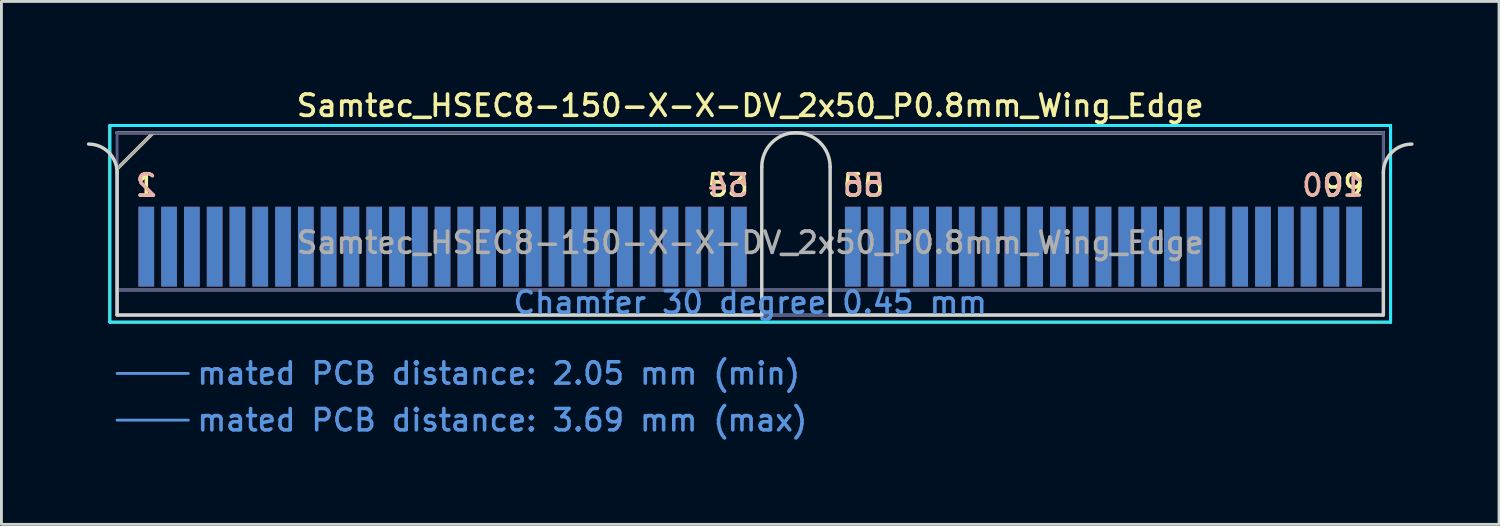
<source format=kicad_pcb>
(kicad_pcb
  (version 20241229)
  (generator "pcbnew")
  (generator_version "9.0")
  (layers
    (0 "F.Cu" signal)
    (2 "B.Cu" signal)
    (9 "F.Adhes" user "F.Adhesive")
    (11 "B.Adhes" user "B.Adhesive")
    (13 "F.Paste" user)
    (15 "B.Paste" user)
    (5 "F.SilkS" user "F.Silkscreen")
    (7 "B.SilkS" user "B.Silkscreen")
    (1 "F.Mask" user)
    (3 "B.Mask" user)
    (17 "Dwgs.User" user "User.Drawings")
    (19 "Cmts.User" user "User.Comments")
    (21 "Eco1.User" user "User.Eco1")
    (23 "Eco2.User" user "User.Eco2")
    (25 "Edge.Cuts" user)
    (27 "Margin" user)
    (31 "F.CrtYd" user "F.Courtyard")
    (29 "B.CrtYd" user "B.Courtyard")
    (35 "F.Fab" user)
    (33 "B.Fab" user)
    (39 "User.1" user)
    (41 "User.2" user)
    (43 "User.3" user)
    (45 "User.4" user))
  (footprint "Samtec_HSEC8-150-X-X-DV_2x50_P0.8mm_Wing_Edge"
    (layer "F.Cu")
    (at 23.285 8.008)
    (property "Reference" "Samtec_HSEC8-150-X-X-DV_2x50_P0.8mm_Wing_Edge" (at 0 -7.35 0) (layer "F.SilkS") (effects (font (size 0.75 0.75) (thickness 0.125))))
    (attr exclude_from_pos_files exclude_from_bom)
    (fp_line (start -22.48 -6.65) (end -22.48 0.25) (stroke (width 0.1) (type solid)) (layer "F.SilkS"))
    (fp_line (start -22.48 0.25) (end 22.48 0.25) (stroke (width 0.1) (type solid)) (layer "F.SilkS"))
    (fp_line (start -22.225 -5.13) (end -20.955 -6.4) (stroke (width 0.12) (type solid)) (layer "F.SilkS"))
    (fp_line (start -20.955 -6.4) (end 22.225 -6.4) (stroke (width 0.12) (type solid)) (layer "F.SilkS"))
    (fp_line (start 22.48 -6.65) (end -22.48 -6.65) (stroke (width 0.1) (type solid)) (layer "F.SilkS"))
    (fp_line (start 22.48 0.25) (end 22.48 -6.65) (stroke (width 0.1) (type solid)) (layer "F.SilkS"))
    (fp_line (start -22.225 -6.4) (end -22.225 -6.4) (stroke (width 0.12) (type solid)) (layer "B.SilkS"))
    (fp_line (start -22.225 -6.4) (end 22.225 -6.4) (stroke (width 0.12) (type solid)) (layer "B.SilkS"))
    (fp_line (start -22.225 2.05) (end -19.725 2.05) (stroke (width 0.1) (type solid)) (layer "Cmts.User"))
    (fp_line (start -22.225 3.69) (end -19.725 3.69) (stroke (width 0.1) (type solid)) (layer "Cmts.User"))
    (fp_line (start -22.225 -5) (end -22.225 0) (stroke (width 0.12) (type solid)) (layer "Edge.Cuts"))
    (fp_line (start -22.225 0) (end 0.405 0) (stroke (width 0.12) (type solid)) (layer "Edge.Cuts"))
    (fp_line (start 0.405 0) (end 0.405 -5.2) (stroke (width 0.12) (type solid)) (layer "Edge.Cuts"))
    (fp_line (start 2.805 -5.2) (end 2.805 0) (stroke (width 0.12) (type solid)) (layer "Edge.Cuts"))
    (fp_line (start 2.805 0) (end 22.225 0) (stroke (width 0.12) (type solid)) (layer "Edge.Cuts"))
    (fp_line (start 22.225 0) (end 22.225 -5) (stroke (width 0.12) (type solid)) (layer "Edge.Cuts"))
    (fp_arc (start -23.225 -6) (mid -22.517893 -5.707107) (end -22.225 -5) (stroke (width 0.12) (type solid)) (layer "Edge.Cuts"))
    (fp_arc (start 0.405 -5.2) (mid 1.605 -6.4) (end 2.805 -5.2) (stroke (width 0.12) (type solid)) (layer "Edge.Cuts"))
    (fp_arc (start 22.225 -5) (mid 22.517893 -5.707107) (end 23.225 -6) (stroke (width 0.12) (type solid)) (layer "Edge.Cuts"))
    (fp_line (start -22.48 -6.65) (end -22.48 0.25) (stroke (width 0.1) (type solid)) (layer "B.CrtYd"))
    (fp_line (start -22.48 0.25) (end 22.48 0.25) (stroke (width 0.1) (type solid)) (layer "B.CrtYd"))
    (fp_line (start 22.48 -6.65) (end -22.48 -6.65) (stroke (width 0.1) (type solid)) (layer "B.CrtYd"))
    (fp_line (start 22.48 0.25) (end 22.48 -6.65) (stroke (width 0.1) (type solid)) (layer "B.CrtYd"))
    (fp_line (start -22.225 -6.4) (end -22.225 -6.4) (stroke (width 0.1) (type solid)) (layer "B.Fab"))
    (fp_line (start -22.225 -6.4) (end -22.225 0) (stroke (width 0.1) (type solid)) (layer "B.Fab"))
    (fp_line (start -22.225 -6.4) (end 22.225 -6.4) (stroke (width 0.1) (type solid)) (layer "B.Fab"))
    (fp_line (start -22.225 -0.88) (end 22.225 -0.88) (stroke (width 0.1) (type solid)) (layer "B.Fab"))
    (fp_line (start -22.225 0) (end 22.225 0) (stroke (width 0.1) (type solid)) (layer "B.Fab"))
    (fp_line (start 22.225 -6.4) (end 22.225 0) (stroke (width 0.1) (type solid)) (layer "B.Fab"))
    (fp_line (start -22.225 -5.13) (end -22.225 0) (stroke (width 0.1) (type solid)) (layer "F.Fab"))
    (fp_line (start -22.225 -5.13) (end -20.955 -6.4) (stroke (width 0.1) (type solid)) (layer "F.Fab"))
    (fp_line (start -22.225 -0.88) (end 22.225 -0.88) (stroke (width 0.1) (type solid)) (layer "F.Fab"))
    (fp_line (start -22.225 0) (end 22.225 0) (stroke (width 0.1) (type solid)) (layer "F.Fab"))
    (fp_line (start -20.955 -6.4) (end 22.225 -6.4) (stroke (width 0.1) (type solid)) (layer "F.Fab"))
    (fp_line (start 22.225 -6.4) (end 22.225 0) (stroke (width 0.1) (type solid)) (layer "F.Fab"))
    (fp_text user "99" (at 20.825 -4.55 0) (layer "F.SilkS") (effects (font (size 0.75 0.75) (thickness 0.125))))
    (fp_text user "53" (at -0.775 -4.55 0) (layer "F.SilkS") (effects (font (size 0.75 0.75) (thickness 0.125))))
    (fp_text user "55" (at 3.975 -4.55 0) (layer "F.SilkS") (effects (font (size 0.75 0.75) (thickness 0.125))))
    (fp_text user "1" (at -21.2 -4.55 0) (layer "F.SilkS") (effects (font (size 0.75 0.75) (thickness 0.125))))
    (fp_text user "100" (at 20.45 -4.55 0) (layer "B.SilkS") (effects (font (size 0.75 0.75) (thickness 0.125)) (justify mirror)))
    (fp_text user "2" (at -21.2 -4.55 0) (layer "B.SilkS") (effects (font (size 0.75 0.75) (thickness 0.125)) (justify mirror)))
    (fp_text user "56" (at 3.975 -4.55 0) (layer "B.SilkS") (effects (font (size 0.75 0.75) (thickness 0.125)) (justify mirror)))
    (fp_text user "54" (at -0.775 -4.55 0) (layer "B.SilkS") (effects (font (size 0.75 0.75) (thickness 0.125)) (justify mirror)))
    (fp_text user "Chamfer 30 degree 0.45 mm" (at 0 -0.44 0) (layer "Cmts.User") (effects (font (size 0.75 0.75) (thickness 0.125))))
    (fp_text user "mated PCB distance: 2.05 mm (min)" (at -19.48 2.05 0) (layer "Cmts.User") (effects (font (size 0.75 0.75) (thickness 0.125)) (justify left)))
    (fp_text user "mated PCB distance: 3.69 mm (max)" (at -19.48 3.69 0) (layer "Cmts.User") (effects (font (size 0.75 0.75) (thickness 0.125)) (justify left)))
    (fp_text user "${REFERENCE}" (at 0 -2.54 0) (layer "F.Fab") (effects (font (size 0.75 0.75) (thickness 0.125))))
    (pad "1" connect rect (at -21.2 -2.4) (size 0.55 2.8) (layers "F.Cu" "F.Mask"))
    (pad "2" connect rect (at -21.2 -2.4) (size 0.55 2.8) (layers "B.Cu" "B.Mask"))
    (pad "3" connect rect (at -20.4 -2.4) (size 0.55 2.8) (layers "F.Cu" "F.Mask"))
    (pad "4" connect rect (at -20.4 -2.4) (size 0.55 2.8) (layers "B.Cu" "B.Mask"))
    (pad "5" connect rect (at -19.6 -2.4) (size 0.55 2.8) (layers "F.Cu" "F.Mask"))
    (pad "6" connect rect (at -19.6 -2.4) (size 0.55 2.8) (layers "B.Cu" "B.Mask"))
    (pad "7" connect rect (at -18.8 -2.4) (size 0.55 2.8) (layers "F.Cu" "F.Mask"))
    (pad "8" connect rect (at -18.8 -2.4) (size 0.55 2.8) (layers "B.Cu" "B.Mask"))
    (pad "9" connect rect (at -18 -2.4) (size 0.55 2.8) (layers "F.Cu" "F.Mask"))
    (pad "10" connect rect (at -18 -2.4) (size 0.55 2.8) (layers "B.Cu" "B.Mask"))
    (pad "11" connect rect (at -17.2 -2.4) (size 0.55 2.8) (layers "F.Cu" "F.Mask"))
    (pad "12" connect rect (at -17.2 -2.4) (size 0.55 2.8) (layers "B.Cu" "B.Mask"))
    (pad "13" connect rect (at -16.4 -2.4) (size 0.55 2.8) (layers "F.Cu" "F.Mask"))
    (pad "14" connect rect (at -16.4 -2.4) (size 0.55 2.8) (layers "B.Cu" "B.Mask"))
    (pad "15" connect rect (at -15.6 -2.4) (size 0.55 2.8) (layers "F.Cu" "F.Mask"))
    (pad "16" connect rect (at -15.6 -2.4) (size 0.55 2.8) (layers "B.Cu" "B.Mask"))
    (pad "17" connect rect (at -14.8 -2.4) (size 0.55 2.8) (layers "F.Cu" "F.Mask"))
    (pad "18" connect rect (at -14.8 -2.4) (size 0.55 2.8) (layers "B.Cu" "B.Mask"))
    (pad "19" connect rect (at -14 -2.4) (size 0.55 2.8) (layers "F.Cu" "F.Mask"))
    (pad "20" connect rect (at -14 -2.4) (size 0.55 2.8) (layers "B.Cu" "B.Mask"))
    (pad "21" connect rect (at -13.2 -2.4) (size 0.55 2.8) (layers "F.Cu" "F.Mask"))
    (pad "22" connect rect (at -13.2 -2.4) (size 0.55 2.8) (layers "B.Cu" "B.Mask"))
    (pad "23" connect rect (at -12.4 -2.4) (size 0.55 2.8) (layers "F.Cu" "F.Mask"))
    (pad "24" connect rect (at -12.4 -2.4) (size 0.55 2.8) (layers "B.Cu" "B.Mask"))
    (pad "25" connect rect (at -11.6 -2.4) (size 0.55 2.8) (layers "F.Cu" "F.Mask"))
    (pad "26" connect rect (at -11.6 -2.4) (size 0.55 2.8) (layers "B.Cu" "B.Mask"))
    (pad "27" connect rect (at -10.8 -2.4) (size 0.55 2.8) (layers "F.Cu" "F.Mask"))
    (pad "28" connect rect (at -10.8 -2.4) (size 0.55 2.8) (layers "B.Cu" "B.Mask"))
    (pad "29" connect rect (at -10 -2.4) (size 0.55 2.8) (layers "F.Cu" "F.Mask"))
    (pad "30" connect rect (at -10 -2.4) (size 0.55 2.8) (layers "B.Cu" "B.Mask"))
    (pad "31" connect rect (at -9.2 -2.4) (size 0.55 2.8) (layers "F.Cu" "F.Mask"))
    (pad "32" connect rect (at -9.2 -2.4) (size 0.55 2.8) (layers "B.Cu" "B.Mask"))
    (pad "33" connect rect (at -8.4 -2.4) (size 0.55 2.8) (layers "F.Cu" "F.Mask"))
    (pad "34" connect rect (at -8.4 -2.4) (size 0.55 2.8) (layers "B.Cu" "B.Mask"))
    (pad "35" connect rect (at -7.6 -2.4) (size 0.55 2.8) (layers "F.Cu" "F.Mask"))
    (pad "36" connect rect (at -7.6 -2.4) (size 0.55 2.8) (layers "B.Cu" "B.Mask"))
    (pad "37" connect rect (at -6.8 -2.4) (size 0.55 2.8) (layers "F.Cu" "F.Mask"))
    (pad "38" connect rect (at -6.8 -2.4) (size 0.55 2.8) (layers "B.Cu" "B.Mask"))
    (pad "39" connect rect (at -6 -2.4) (size 0.55 2.8) (layers "F.Cu" "F.Mask"))
    (pad "40" connect rect (at -6 -2.4) (size 0.55 2.8) (layers "B.Cu" "B.Mask"))
    (pad "41" connect rect (at -5.2 -2.4) (size 0.55 2.8) (layers "F.Cu" "F.Mask"))
    (pad "42" connect rect (at -5.2 -2.4) (size 0.55 2.8) (layers "B.Cu" "B.Mask"))
    (pad "43" connect rect (at -4.4 -2.4) (size 0.55 2.8) (layers "F.Cu" "F.Mask"))
    (pad "44" connect rect (at -4.4 -2.4) (size 0.55 2.8) (layers "B.Cu" "B.Mask"))
    (pad "45" connect rect (at -3.6 -2.4) (size 0.55 2.8) (layers "F.Cu" "F.Mask"))
    (pad "46" connect rect (at -3.6 -2.4) (size 0.55 2.8) (layers "B.Cu" "B.Mask"))
    (pad "47" connect rect (at -2.8 -2.4) (size 0.55 2.8) (layers "F.Cu" "F.Mask"))
    (pad "48" connect rect (at -2.8 -2.4) (size 0.55 2.8) (layers "B.Cu" "B.Mask"))
    (pad "49" connect rect (at -2 -2.4) (size 0.55 2.8) (layers "F.Cu" "F.Mask"))
    (pad "50" connect rect (at -2 -2.4) (size 0.55 2.8) (layers "B.Cu" "B.Mask"))
    (pad "51" connect rect (at -1.2 -2.4) (size 0.55 2.8) (layers "F.Cu" "F.Mask"))
    (pad "52" connect rect (at -1.2 -2.4) (size 0.55 2.8) (layers "B.Cu" "B.Mask"))
    (pad "53" connect rect (at -0.4 -2.4) (size 0.55 2.8) (layers "F.Cu" "F.Mask"))
    (pad "54" connect rect (at -0.4 -2.4) (size 0.55 2.8) (layers "B.Cu" "B.Mask"))
    (pad "55" connect rect (at 3.6 -2.4) (size 0.55 2.8) (layers "F.Cu" "F.Mask"))
    (pad "56" connect rect (at 3.6 -2.4) (size 0.55 2.8) (layers "B.Cu" "B.Mask"))
    (pad "57" connect rect (at 4.4 -2.4) (size 0.55 2.8) (layers "F.Cu" "F.Mask"))
    (pad "58" connect rect (at 4.4 -2.4) (size 0.55 2.8) (layers "B.Cu" "B.Mask"))
    (pad "59" connect rect (at 5.2 -2.4) (size 0.55 2.8) (layers "F.Cu" "F.Mask"))
    (pad "60" connect rect (at 5.2 -2.4) (size 0.55 2.8) (layers "B.Cu" "B.Mask"))
    (pad "61" connect rect (at 6 -2.4) (size 0.55 2.8) (layers "F.Cu" "F.Mask"))
    (pad "62" connect rect (at 6 -2.4) (size 0.55 2.8) (layers "B.Cu" "B.Mask"))
    (pad "63" connect rect (at 6.8 -2.4) (size 0.55 2.8) (layers "F.Cu" "F.Mask"))
    (pad "64" connect rect (at 6.8 -2.4) (size 0.55 2.8) (layers "B.Cu" "B.Mask"))
    (pad "65" connect rect (at 7.6 -2.4) (size 0.55 2.8) (layers "F.Cu" "F.Mask"))
    (pad "66" connect rect (at 7.6 -2.4) (size 0.55 2.8) (layers "B.Cu" "B.Mask"))
    (pad "67" connect rect (at 8.4 -2.4) (size 0.55 2.8) (layers "F.Cu" "F.Mask"))
    (pad "68" connect rect (at 8.4 -2.4) (size 0.55 2.8) (layers "B.Cu" "B.Mask"))
    (pad "69" connect rect (at 9.2 -2.4) (size 0.55 2.8) (layers "F.Cu" "F.Mask"))
    (pad "70" connect rect (at 9.2 -2.4) (size 0.55 2.8) (layers "B.Cu" "B.Mask"))
    (pad "71" connect rect (at 10 -2.4) (size 0.55 2.8) (layers "F.Cu" "F.Mask"))
    (pad "72" connect rect (at 10 -2.4) (size 0.55 2.8) (layers "B.Cu" "B.Mask"))
    (pad "73" connect rect (at 10.8 -2.4) (size 0.55 2.8) (layers "F.Cu" "F.Mask"))
    (pad "74" connect rect (at 10.8 -2.4) (size 0.55 2.8) (layers "B.Cu" "B.Mask"))
    (pad "75" connect rect (at 11.6 -2.4) (size 0.55 2.8) (layers "F.Cu" "F.Mask"))
    (pad "76" connect rect (at 11.6 -2.4) (size 0.55 2.8) (layers "B.Cu" "B.Mask"))
    (pad "77" connect rect (at 12.4 -2.4) (size 0.55 2.8) (layers "F.Cu" "F.Mask"))
    (pad "78" connect rect (at 12.4 -2.4) (size 0.55 2.8) (layers "B.Cu" "B.Mask"))
    (pad "79" connect rect (at 13.2 -2.4) (size 0.55 2.8) (layers "F.Cu" "F.Mask"))
    (pad "80" connect rect (at 13.2 -2.4) (size 0.55 2.8) (layers "B.Cu" "B.Mask"))
    (pad "81" connect rect (at 14 -2.4) (size 0.55 2.8) (layers "F.Cu" "F.Mask"))
    (pad "82" connect rect (at 14 -2.4) (size 0.55 2.8) (layers "B.Cu" "B.Mask"))
    (pad "83" connect rect (at 14.8 -2.4) (size 0.55 2.8) (layers "F.Cu" "F.Mask"))
    (pad "84" connect rect (at 14.8 -2.4) (size 0.55 2.8) (layers "B.Cu" "B.Mask"))
    (pad "85" connect rect (at 15.6 -2.4) (size 0.55 2.8) (layers "F.Cu" "F.Mask"))
    (pad "86" connect rect (at 15.6 -2.4) (size 0.55 2.8) (layers "B.Cu" "B.Mask"))
    (pad "87" connect rect (at 16.4 -2.4) (size 0.55 2.8) (layers "F.Cu" "F.Mask"))
    (pad "88" connect rect (at 16.4 -2.4) (size 0.55 2.8) (layers "B.Cu" "B.Mask"))
    (pad "89" connect rect (at 17.2 -2.4) (size 0.55 2.8) (layers "F.Cu" "F.Mask"))
    (pad "90" connect rect (at 17.2 -2.4) (size 0.55 2.8) (layers "B.Cu" "B.Mask"))
    (pad "91" connect rect (at 18 -2.4) (size 0.55 2.8) (layers "F.Cu" "F.Mask"))
    (pad "92" connect rect (at 18 -2.4) (size 0.55 2.8) (layers "B.Cu" "B.Mask"))
    (pad "93" connect rect (at 18.8 -2.4) (size 0.55 2.8) (layers "F.Cu" "F.Mask"))
    (pad "94" connect rect (at 18.8 -2.4) (size 0.55 2.8) (layers "B.Cu" "B.Mask"))
    (pad "95" connect rect (at 19.6 -2.4) (size 0.55 2.8) (layers "F.Cu" "F.Mask"))
    (pad "96" connect rect (at 19.6 -2.4) (size 0.55 2.8) (layers "B.Cu" "B.Mask"))
    (pad "97" connect rect (at 20.4 -2.4) (size 0.55 2.8) (layers "F.Cu" "F.Mask"))
    (pad "98" connect rect (at 20.4 -2.4) (size 0.55 2.8) (layers "B.Cu" "B.Mask"))
    (pad "99" connect rect (at 21.2 -2.4) (size 0.55 2.8) (layers "F.Cu" "F.Mask"))
    (pad "100" connect rect (at 21.2 -2.4) (size 0.55 2.8) (layers "B.Cu" "B.Mask")))
  (gr_rect
    (start -3 -3)
    (end 49.57 15.356)
    (stroke (width 0.1) (type default))
    (fill no)
    (layer "Edge.Cuts")))
</source>
